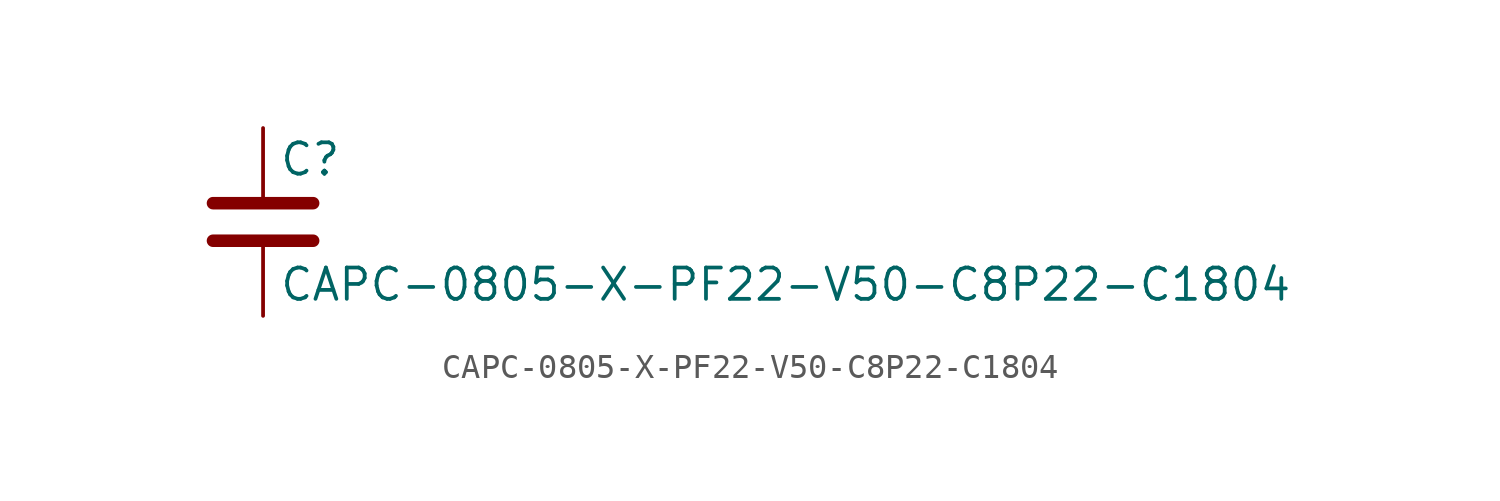
<source format=kicad_sym>
(kicad_symbol_lib
  (version 20211014)
  (generator kicad_symbol_editor)
  (symbol "CAPC-0805-X-PF22-V50-C8P22-C1804"
    (pin_numbers hide)
    (pin_names
      (offset 0.254))
    (property "Reference" "C"
      (at 0.635 2.54 0)
      (effects (font (size 1.27 1.27)) (justify left)))
    (property "Value" "CAPC-0805-X-PF22-V50-C8P22-C1804"
      (at 0.635 -2.54 0)
      (effects (font (size 1.27 1.27)) (justify left)))
    (symbol "CAPC-0805-X-PF22-V50-C8P22-C1804_0_1"
      (polyline (pts (xy -2.032 -0.762) (xy 2.032 -0.762)) (stroke (width 0.508) (type default) (color 0 0 0 0)) (fill (type none)))
      (polyline (pts (xy -2.032 0.762) (xy 2.032 0.762)) (stroke (width 0.508) (type default) (color 0 0 0 0)) (fill (type none))))
    (symbol "CAPC-0805-X-PF22-V50-C8P22-C1804_1_1"
      (pin passive line (at 0 3.81 270) (length 2.794) (name "~" (effects (font (size 1.27 1.27)))) (number "1" (effects (font (size 1.27 1.27)))))
      (pin passive line (at 0 -3.81 90) (length 2.794) (name "~" (effects (font (size 1.27 1.27)))) (number "2" (effects (font (size 1.27 1.27))))))))
</source>
